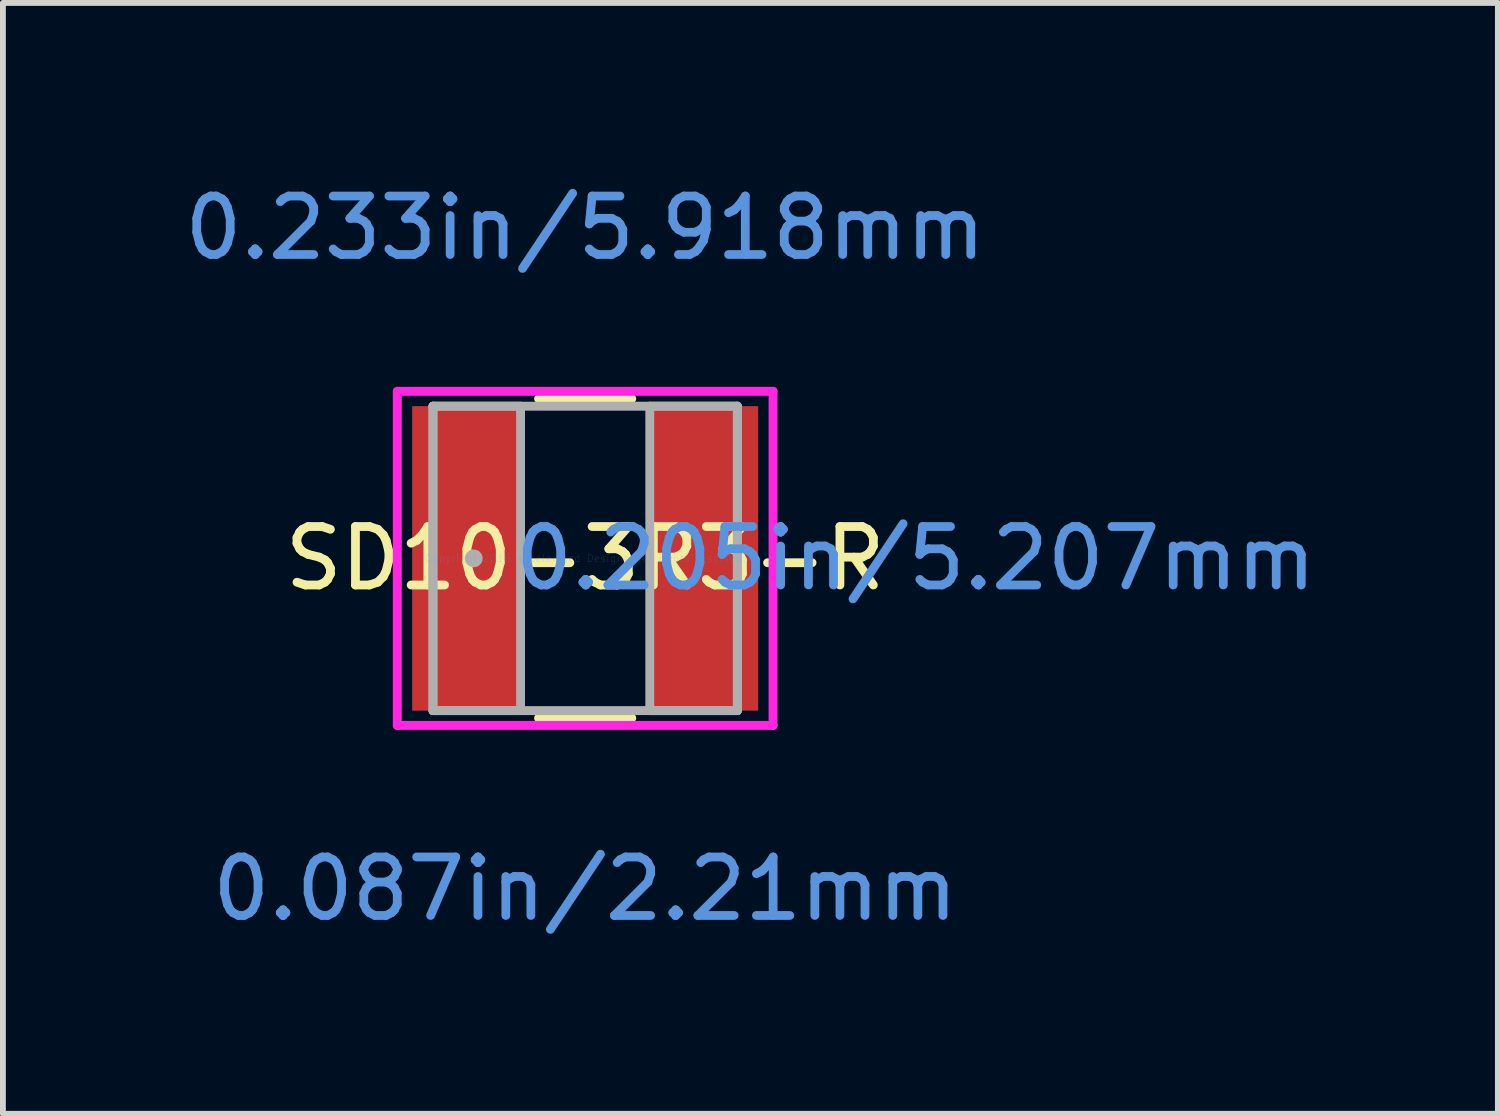
<source format=kicad_pcb>
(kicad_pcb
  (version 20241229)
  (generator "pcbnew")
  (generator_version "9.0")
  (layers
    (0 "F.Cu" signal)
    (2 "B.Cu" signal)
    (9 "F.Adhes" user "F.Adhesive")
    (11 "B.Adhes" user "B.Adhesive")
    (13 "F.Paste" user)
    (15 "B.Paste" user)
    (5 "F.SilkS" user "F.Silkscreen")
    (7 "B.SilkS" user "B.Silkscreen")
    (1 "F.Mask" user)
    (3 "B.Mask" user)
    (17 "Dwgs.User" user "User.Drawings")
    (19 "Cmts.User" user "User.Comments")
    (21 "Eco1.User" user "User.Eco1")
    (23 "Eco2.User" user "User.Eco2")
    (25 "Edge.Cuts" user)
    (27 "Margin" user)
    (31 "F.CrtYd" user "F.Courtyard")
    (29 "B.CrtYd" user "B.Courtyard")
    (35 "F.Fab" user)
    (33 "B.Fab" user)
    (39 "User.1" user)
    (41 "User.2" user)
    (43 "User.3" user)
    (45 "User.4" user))
  (footprint "SD10-3R3-R"
    (layer "F.Cu")
    (at 6.958 6.5)
    (property "Reference" "SD10-3R3-R" (at 0 0 0) (layer "F.SilkS") (effects (font (size 1 1) (thickness 0.15))))
    (attr through_hole)
    (fp_line (start -0.797 2.731) (end 0.797 2.731) (stroke (width 0.152) (type solid)) (layer "F.SilkS"))
    (fp_line (start 0.797 -2.731) (end -0.797 -2.731) (stroke (width 0.152) (type solid)) (layer "F.SilkS"))
    (fp_line (start -3.213 -2.857) (end 3.213 -2.857) (stroke (width 0.152) (type solid)) (layer "F.CrtYd"))
    (fp_line (start -3.213 2.857) (end -3.213 -2.857) (stroke (width 0.152) (type solid)) (layer "F.CrtYd"))
    (fp_line (start 3.213 -2.857) (end 3.213 2.857) (stroke (width 0.152) (type solid)) (layer "F.CrtYd"))
    (fp_line (start 3.213 2.857) (end -3.213 2.857) (stroke (width 0.152) (type solid)) (layer "F.CrtYd"))
    (fp_line (start -2.603 -2.603) (end -2.603 2.603) (stroke (width 0.152) (type solid)) (layer "F.Fab"))
    (fp_line (start -2.603 -2.603) (end -2.603 2.603) (stroke (width 0.152) (type solid)) (layer "F.Fab"))
    (fp_line (start -2.603 2.603) (end -1.105 2.603) (stroke (width 0.152) (type solid)) (layer "F.Fab"))
    (fp_line (start -2.603 2.603) (end 2.603 2.603) (stroke (width 0.152) (type solid)) (layer "F.Fab"))
    (fp_line (start -1.105 -2.603) (end -2.603 -2.603) (stroke (width 0.152) (type solid)) (layer "F.Fab"))
    (fp_line (start -1.105 2.603) (end -1.105 -2.603) (stroke (width 0.152) (type solid)) (layer "F.Fab"))
    (fp_line (start 1.105 -2.603) (end 1.105 2.603) (stroke (width 0.152) (type solid)) (layer "F.Fab"))
    (fp_line (start 1.105 2.603) (end 2.603 2.603) (stroke (width 0.152) (type solid)) (layer "F.Fab"))
    (fp_line (start 2.603 -2.603) (end -2.603 -2.603) (stroke (width 0.152) (type solid)) (layer "F.Fab"))
    (fp_line (start 2.603 -2.603) (end 1.105 -2.603) (stroke (width 0.152) (type solid)) (layer "F.Fab"))
    (fp_line (start 2.603 2.603) (end 2.603 -2.603) (stroke (width 0.152) (type solid)) (layer "F.Fab"))
    (fp_line (start 2.603 2.603) (end 2.603 -2.603) (stroke (width 0.152) (type solid)) (layer "F.Fab"))
    (fp_circle (center -1.905 0) (end -1.905 0) (stroke (width 0.152) (type solid)) (fill no) (layer "F.Fab"))
    (fp_text user "Copyright 2016 Accelerated Designs. All rights reserved." (at 0 0 0) (layer "Cmts.User") (effects (font (size 0.127 0.127) (thickness 0.002))))
    (fp_text user "0.205in/5.207mm" (at 5.652 0 0) (layer "Cmts.User") (effects (font (size 1 1) (thickness 0.15))))
    (fp_text user "0.087in/2.21mm" (at 0 5.652 0) (layer "Cmts.User") (effects (font (size 1 1) (thickness 0.15))))
    (fp_text user "0.233in/5.918mm" (at 0 -5.652 0) (layer "Cmts.User") (effects (font (size 1 1) (thickness 0.15))))
    (pad "1" smd rect (at -2.032 0) (size 1.854 5.207) (layers "F.Cu" "F.Mask" "F.Paste"))
    (pad "2" smd rect (at 2.032 0) (size 1.854 5.207) (layers "F.Cu" "F.Mask" "F.Paste")))
  (gr_rect
    (start -3 -3)
    (end 22.568 15.999)
    (stroke (width 0.1) (type default))
    (fill no)
    (layer "Edge.Cuts")))
</source>
